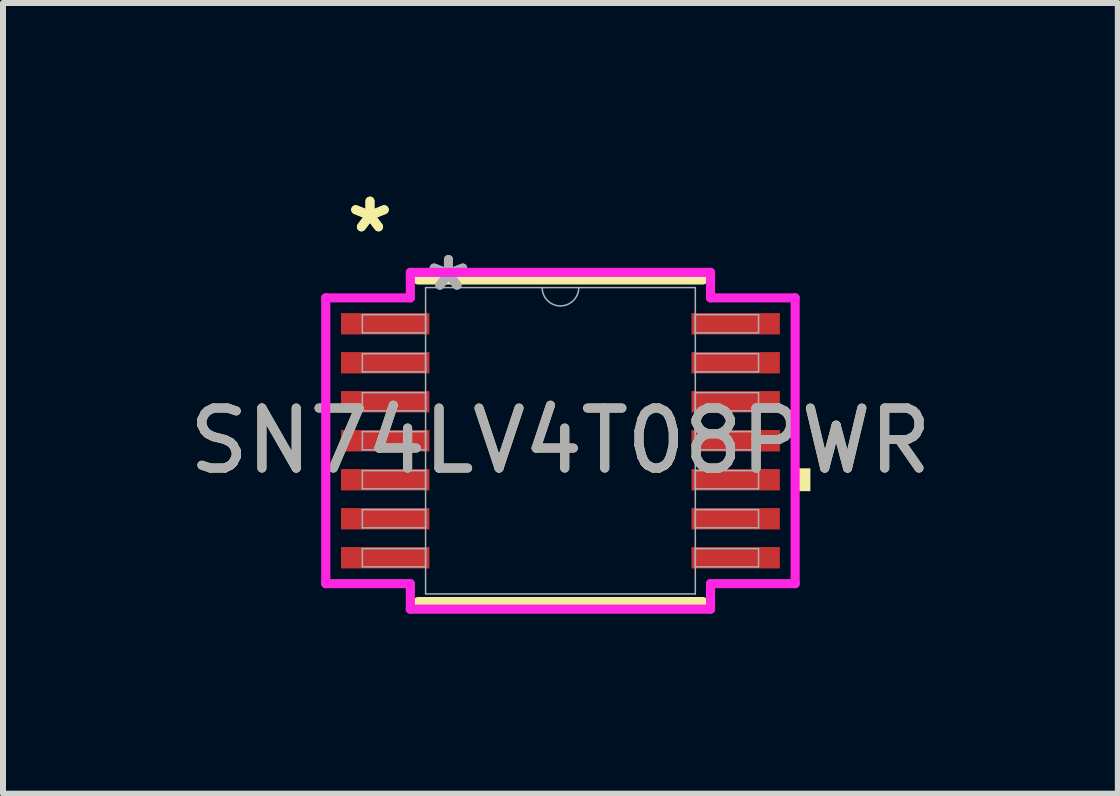
<source format=kicad_pcb>
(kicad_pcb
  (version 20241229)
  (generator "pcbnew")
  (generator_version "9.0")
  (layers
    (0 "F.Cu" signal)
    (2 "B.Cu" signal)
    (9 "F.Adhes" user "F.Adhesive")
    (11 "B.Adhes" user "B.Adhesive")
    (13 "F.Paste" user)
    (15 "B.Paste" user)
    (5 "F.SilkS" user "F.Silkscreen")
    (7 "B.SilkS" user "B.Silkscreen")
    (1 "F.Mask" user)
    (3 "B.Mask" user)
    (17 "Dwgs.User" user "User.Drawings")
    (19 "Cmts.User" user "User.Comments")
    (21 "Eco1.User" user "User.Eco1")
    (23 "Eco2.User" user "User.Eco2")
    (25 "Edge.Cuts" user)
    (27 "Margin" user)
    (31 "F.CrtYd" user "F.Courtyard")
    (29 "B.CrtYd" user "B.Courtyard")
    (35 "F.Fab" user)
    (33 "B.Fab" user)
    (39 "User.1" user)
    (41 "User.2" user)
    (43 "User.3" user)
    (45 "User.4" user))
  (footprint "SN74LV4T08PWR"
    (layer "F.Cu")
    (at 6.292 4.297)
    (property "Reference" "SN74LV4T08PWR" (at 0 0 0) (unlocked yes) (layer "F.SilkS") (effects (font (size 1 1) (thickness 0.15))))
    (attr smd)
    (fp_line (start -2.375 2.68) (end 2.375 2.68) (stroke (width 0.152) (type solid)) (layer "F.SilkS"))
    (fp_line (start 2.375 -2.68) (end -2.375 -2.68) (stroke (width 0.152) (type solid)) (layer "F.SilkS"))
    (fp_poly (pts (xy 4.166 0.459) (xy 4.166 0.84) (xy 3.912 0.84) (xy 3.912 0.459)) (stroke (width 0) (type solid)) (fill yes) (layer "F.SilkS"))
    (fp_line (start -3.912 -2.382) (end -2.502 -2.382) (stroke (width 0.152) (type solid)) (layer "F.CrtYd"))
    (fp_line (start -3.912 2.382) (end -3.912 -2.382) (stroke (width 0.152) (type solid)) (layer "F.CrtYd"))
    (fp_line (start -3.912 2.382) (end -2.502 2.382) (stroke (width 0.152) (type solid)) (layer "F.CrtYd"))
    (fp_line (start -2.502 -2.807) (end 2.502 -2.807) (stroke (width 0.152) (type solid)) (layer "F.CrtYd"))
    (fp_line (start -2.502 -2.382) (end -2.502 -2.807) (stroke (width 0.152) (type solid)) (layer "F.CrtYd"))
    (fp_line (start -2.502 2.807) (end -2.502 2.382) (stroke (width 0.152) (type solid)) (layer "F.CrtYd"))
    (fp_line (start 2.502 -2.807) (end 2.502 -2.382) (stroke (width 0.152) (type solid)) (layer "F.CrtYd"))
    (fp_line (start 2.502 2.382) (end 2.502 2.807) (stroke (width 0.152) (type solid)) (layer "F.CrtYd"))
    (fp_line (start 2.502 2.807) (end -2.502 2.807) (stroke (width 0.152) (type solid)) (layer "F.CrtYd"))
    (fp_line (start 3.912 -2.382) (end 2.502 -2.382) (stroke (width 0.152) (type solid)) (layer "F.CrtYd"))
    (fp_line (start 3.912 -2.382) (end 3.912 2.382) (stroke (width 0.152) (type solid)) (layer "F.CrtYd"))
    (fp_line (start 3.912 2.382) (end 2.502 2.382) (stroke (width 0.152) (type solid)) (layer "F.CrtYd"))
    (fp_line (start -3.302 -2.102) (end -3.302 -1.798) (stroke (width 0.025) (type solid)) (layer "F.Fab"))
    (fp_line (start -3.302 -1.798) (end -2.248 -1.798) (stroke (width 0.025) (type solid)) (layer "F.Fab"))
    (fp_line (start -3.302 -1.452) (end -3.302 -1.148) (stroke (width 0.025) (type solid)) (layer "F.Fab"))
    (fp_line (start -3.302 -1.148) (end -2.248 -1.148) (stroke (width 0.025) (type solid)) (layer "F.Fab"))
    (fp_line (start -3.302 -0.802) (end -3.302 -0.498) (stroke (width 0.025) (type solid)) (layer "F.Fab"))
    (fp_line (start -3.302 -0.498) (end -2.248 -0.498) (stroke (width 0.025) (type solid)) (layer "F.Fab"))
    (fp_line (start -3.302 -0.152) (end -3.302 0.152) (stroke (width 0.025) (type solid)) (layer "F.Fab"))
    (fp_line (start -3.302 0.152) (end -2.248 0.152) (stroke (width 0.025) (type solid)) (layer "F.Fab"))
    (fp_line (start -3.302 0.498) (end -3.302 0.802) (stroke (width 0.025) (type solid)) (layer "F.Fab"))
    (fp_line (start -3.302 0.802) (end -2.248 0.802) (stroke (width 0.025) (type solid)) (layer "F.Fab"))
    (fp_line (start -3.302 1.148) (end -3.302 1.452) (stroke (width 0.025) (type solid)) (layer "F.Fab"))
    (fp_line (start -3.302 1.452) (end -2.248 1.452) (stroke (width 0.025) (type solid)) (layer "F.Fab"))
    (fp_line (start -3.302 1.798) (end -3.302 2.102) (stroke (width 0.025) (type solid)) (layer "F.Fab"))
    (fp_line (start -3.302 2.102) (end -2.248 2.102) (stroke (width 0.025) (type solid)) (layer "F.Fab"))
    (fp_line (start -2.248 -2.553) (end -2.248 2.553) (stroke (width 0.025) (type solid)) (layer "F.Fab"))
    (fp_line (start -2.248 -2.102) (end -3.302 -2.102) (stroke (width 0.025) (type solid)) (layer "F.Fab"))
    (fp_line (start -2.248 -1.798) (end -2.248 -2.102) (stroke (width 0.025) (type solid)) (layer "F.Fab"))
    (fp_line (start -2.248 -1.452) (end -3.302 -1.452) (stroke (width 0.025) (type solid)) (layer "F.Fab"))
    (fp_line (start -2.248 -1.148) (end -2.248 -1.452) (stroke (width 0.025) (type solid)) (layer "F.Fab"))
    (fp_line (start -2.248 -0.802) (end -3.302 -0.802) (stroke (width 0.025) (type solid)) (layer "F.Fab"))
    (fp_line (start -2.248 -0.498) (end -2.248 -0.802) (stroke (width 0.025) (type solid)) (layer "F.Fab"))
    (fp_line (start -2.248 -0.152) (end -3.302 -0.152) (stroke (width 0.025) (type solid)) (layer "F.Fab"))
    (fp_line (start -2.248 0.152) (end -2.248 -0.152) (stroke (width 0.025) (type solid)) (layer "F.Fab"))
    (fp_line (start -2.248 0.498) (end -3.302 0.498) (stroke (width 0.025) (type solid)) (layer "F.Fab"))
    (fp_line (start -2.248 0.802) (end -2.248 0.498) (stroke (width 0.025) (type solid)) (layer "F.Fab"))
    (fp_line (start -2.248 1.148) (end -3.302 1.148) (stroke (width 0.025) (type solid)) (layer "F.Fab"))
    (fp_line (start -2.248 1.452) (end -2.248 1.148) (stroke (width 0.025) (type solid)) (layer "F.Fab"))
    (fp_line (start -2.248 1.798) (end -3.302 1.798) (stroke (width 0.025) (type solid)) (layer "F.Fab"))
    (fp_line (start -2.248 2.102) (end -2.248 1.798) (stroke (width 0.025) (type solid)) (layer "F.Fab"))
    (fp_line (start -2.248 2.553) (end 2.248 2.553) (stroke (width 0.025) (type solid)) (layer "F.Fab"))
    (fp_line (start 2.248 -2.553) (end -2.248 -2.553) (stroke (width 0.025) (type solid)) (layer "F.Fab"))
    (fp_line (start 2.248 -2.102) (end 2.248 -1.798) (stroke (width 0.025) (type solid)) (layer "F.Fab"))
    (fp_line (start 2.248 -1.798) (end 3.302 -1.798) (stroke (width 0.025) (type solid)) (layer "F.Fab"))
    (fp_line (start 2.248 -1.452) (end 2.248 -1.148) (stroke (width 0.025) (type solid)) (layer "F.Fab"))
    (fp_line (start 2.248 -1.148) (end 3.302 -1.148) (stroke (width 0.025) (type solid)) (layer "F.Fab"))
    (fp_line (start 2.248 -0.802) (end 2.248 -0.498) (stroke (width 0.025) (type solid)) (layer "F.Fab"))
    (fp_line (start 2.248 -0.498) (end 3.302 -0.498) (stroke (width 0.025) (type solid)) (layer "F.Fab"))
    (fp_line (start 2.248 -0.152) (end 2.248 0.152) (stroke (width 0.025) (type solid)) (layer "F.Fab"))
    (fp_line (start 2.248 0.152) (end 3.302 0.152) (stroke (width 0.025) (type solid)) (layer "F.Fab"))
    (fp_line (start 2.248 0.498) (end 2.248 0.802) (stroke (width 0.025) (type solid)) (layer "F.Fab"))
    (fp_line (start 2.248 0.802) (end 3.302 0.802) (stroke (width 0.025) (type solid)) (layer "F.Fab"))
    (fp_line (start 2.248 1.148) (end 2.248 1.452) (stroke (width 0.025) (type solid)) (layer "F.Fab"))
    (fp_line (start 2.248 1.452) (end 3.302 1.452) (stroke (width 0.025) (type solid)) (layer "F.Fab"))
    (fp_line (start 2.248 1.798) (end 2.248 2.102) (stroke (width 0.025) (type solid)) (layer "F.Fab"))
    (fp_line (start 2.248 2.102) (end 3.302 2.102) (stroke (width 0.025) (type solid)) (layer "F.Fab"))
    (fp_line (start 2.248 2.553) (end 2.248 -2.553) (stroke (width 0.025) (type solid)) (layer "F.Fab"))
    (fp_line (start 3.302 -2.102) (end 2.248 -2.102) (stroke (width 0.025) (type solid)) (layer "F.Fab"))
    (fp_line (start 3.302 -1.798) (end 3.302 -2.102) (stroke (width 0.025) (type solid)) (layer "F.Fab"))
    (fp_line (start 3.302 -1.452) (end 2.248 -1.452) (stroke (width 0.025) (type solid)) (layer "F.Fab"))
    (fp_line (start 3.302 -1.148) (end 3.302 -1.452) (stroke (width 0.025) (type solid)) (layer "F.Fab"))
    (fp_line (start 3.302 -0.802) (end 2.248 -0.802) (stroke (width 0.025) (type solid)) (layer "F.Fab"))
    (fp_line (start 3.302 -0.498) (end 3.302 -0.802) (stroke (width 0.025) (type solid)) (layer "F.Fab"))
    (fp_line (start 3.302 -0.152) (end 2.248 -0.152) (stroke (width 0.025) (type solid)) (layer "F.Fab"))
    (fp_line (start 3.302 0.152) (end 3.302 -0.152) (stroke (width 0.025) (type solid)) (layer "F.Fab"))
    (fp_line (start 3.302 0.498) (end 2.248 0.498) (stroke (width 0.025) (type solid)) (layer "F.Fab"))
    (fp_line (start 3.302 0.802) (end 3.302 0.498) (stroke (width 0.025) (type solid)) (layer "F.Fab"))
    (fp_line (start 3.302 1.148) (end 2.248 1.148) (stroke (width 0.025) (type solid)) (layer "F.Fab"))
    (fp_line (start 3.302 1.452) (end 3.302 1.148) (stroke (width 0.025) (type solid)) (layer "F.Fab"))
    (fp_line (start 3.302 1.798) (end 2.248 1.798) (stroke (width 0.025) (type solid)) (layer "F.Fab"))
    (fp_line (start 3.302 2.102) (end 3.302 1.798) (stroke (width 0.025) (type solid)) (layer "F.Fab"))
    (fp_arc (start 0.3048 -2.5527) (mid 0 -2.2479) (end -0.3048 -2.5527) (stroke (width 0.0254) (type solid)) (layer "F.Fab"))
    (fp_text user "*" (at -3.175 -3.449 0) (layer "F.SilkS") (effects (font (size 1 1) (thickness 0.15))))
    (fp_text user "*" (at -3.175 -3.449 0) (unlocked yes) (layer "F.SilkS") (effects (font (size 1 1) (thickness 0.15))))
    (fp_text user "${REFERENCE}" (at 0 0 0) (unlocked yes) (layer "F.Fab") (effects (font (size 1 1) (thickness 0.15))))
    (fp_text user "*" (at -1.867 -2.477 0) (layer "F.Fab") (effects (font (size 1 1) (thickness 0.15))))
    (fp_text user "*" (at -1.867 -2.477 0) (unlocked yes) (layer "F.Fab") (effects (font (size 1 1) (thickness 0.15))))
    (pad "1" smd rect (at -2.921 -1.95) (size 1.473 0.356) (layers "F.Cu" "F.Mask" "F.Paste"))
    (pad "2" smd rect (at -2.921 -1.3) (size 1.473 0.356) (layers "F.Cu" "F.Mask" "F.Paste"))
    (pad "3" smd rect (at -2.921 -0.65) (size 1.473 0.356) (layers "F.Cu" "F.Mask" "F.Paste"))
    (pad "4" smd rect (at -2.921 0) (size 1.473 0.356) (layers "F.Cu" "F.Mask" "F.Paste"))
    (pad "5" smd rect (at -2.921 0.65) (size 1.473 0.356) (layers "F.Cu" "F.Mask" "F.Paste"))
    (pad "6" smd rect (at -2.921 1.3) (size 1.473 0.356) (layers "F.Cu" "F.Mask" "F.Paste"))
    (pad "7" smd rect (at -2.921 1.95) (size 1.473 0.356) (layers "F.Cu" "F.Mask" "F.Paste"))
    (pad "8" smd rect (at 2.921 1.95) (size 1.473 0.356) (layers "F.Cu" "F.Mask" "F.Paste"))
    (pad "9" smd rect (at 2.921 1.3) (size 1.473 0.356) (layers "F.Cu" "F.Mask" "F.Paste"))
    (pad "10" smd rect (at 2.921 0.65) (size 1.473 0.356) (layers "F.Cu" "F.Mask" "F.Paste"))
    (pad "11" smd rect (at 2.921 0) (size 1.473 0.356) (layers "F.Cu" "F.Mask" "F.Paste"))
    (pad "12" smd rect (at 2.921 -0.65) (size 1.473 0.356) (layers "F.Cu" "F.Mask" "F.Paste"))
    (pad "13" smd rect (at 2.921 -1.3) (size 1.473 0.356) (layers "F.Cu" "F.Mask" "F.Paste"))
    (pad "14" smd rect (at 2.921 -1.95) (size 1.473 0.356) (layers "F.Cu" "F.Mask" "F.Paste")))
  (gr_rect
    (start -3 -3)
    (end 15.583 10.18)
    (stroke (width 0.1) (type default))
    (fill no)
    (layer "Edge.Cuts")))
</source>
